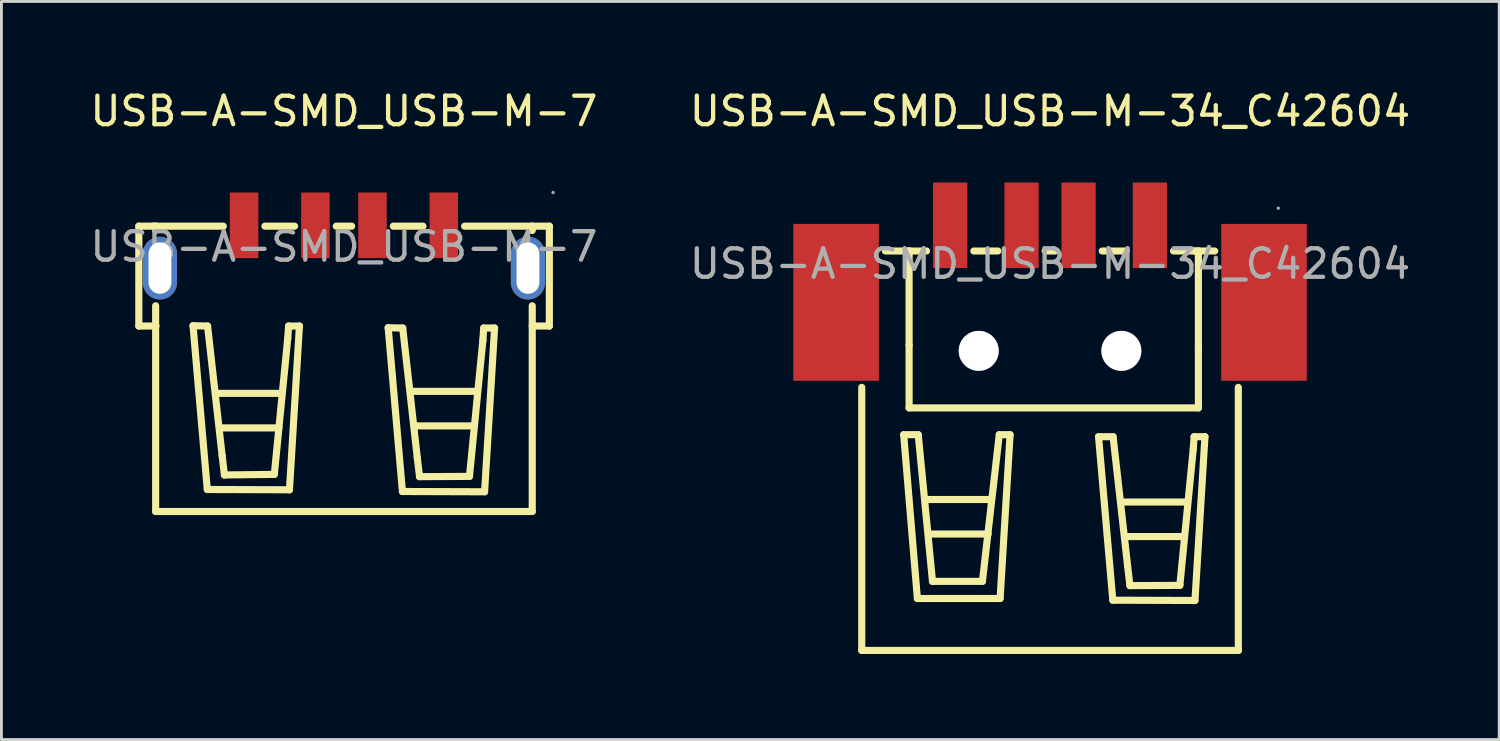
<source format=kicad_pcb>
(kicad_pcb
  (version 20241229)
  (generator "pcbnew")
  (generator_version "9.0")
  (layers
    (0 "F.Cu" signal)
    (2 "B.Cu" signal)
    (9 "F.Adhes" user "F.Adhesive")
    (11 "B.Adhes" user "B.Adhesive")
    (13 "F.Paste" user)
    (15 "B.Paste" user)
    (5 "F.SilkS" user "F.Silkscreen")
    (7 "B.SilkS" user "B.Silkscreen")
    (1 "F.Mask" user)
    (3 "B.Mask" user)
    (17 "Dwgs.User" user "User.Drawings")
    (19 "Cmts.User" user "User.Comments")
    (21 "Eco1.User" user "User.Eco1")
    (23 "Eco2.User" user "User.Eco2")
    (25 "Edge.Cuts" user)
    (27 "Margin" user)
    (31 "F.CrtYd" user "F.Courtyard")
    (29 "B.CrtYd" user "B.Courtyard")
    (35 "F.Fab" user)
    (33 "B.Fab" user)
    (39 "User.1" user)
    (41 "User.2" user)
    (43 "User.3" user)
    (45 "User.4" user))
  (footprint "USB-A-SMD_USB-M-7"
    (layer "F.Cu")
    (at 9.006 5.598)
    (property "Reference" "USB-A-SMD_USB-M-7" (at 0 -4.75 0) (layer "F.SilkS") (effects (font (size 1 1) (thickness 0.15))))
    (attr through_hole)
    (fp_line (start -7.19 2.78) (end -7.19 -0.72) (stroke (width 0.25) (type solid)) (layer "F.SilkS"))
    (fp_line (start -6.6 -0.57) (end -6.6 -0.72) (stroke (width 0.25) (type solid)) (layer "F.SilkS"))
    (fp_line (start -6.6 9.28) (end -6.6 2.07) (stroke (width 0.25) (type solid)) (layer "F.SilkS"))
    (fp_line (start -6.6 9.28) (end 6.6 9.28) (stroke (width 0.25) (type solid)) (layer "F.SilkS"))
    (fp_line (start -6.59 -0.72) (end -7.19 -0.72) (stroke (width 0.25) (type solid)) (layer "F.SilkS"))
    (fp_line (start -6.59 2.78) (end -7.19 2.78) (stroke (width 0.25) (type solid)) (layer "F.SilkS"))
    (fp_line (start -5.29 2.77) (end -4.78 2.78) (stroke (width 0.25) (type solid)) (layer "F.SilkS"))
    (fp_line (start -4.79 8.51) (end -5.29 2.77) (stroke (width 0.25) (type solid)) (layer "F.SilkS"))
    (fp_line (start -4.78 2.78) (end -4.27 7.32) (stroke (width 0.25) (type solid)) (layer "F.SilkS"))
    (fp_line (start -4.45 5.14) (end -2.19 5.14) (stroke (width 0.25) (type solid)) (layer "F.SilkS"))
    (fp_line (start -4.31 6.35) (end -2.28 6.35) (stroke (width 0.25) (type solid)) (layer "F.SilkS"))
    (fp_line (start -4.27 7.32) (end -4.19 8) (stroke (width 0.25) (type solid)) (layer "F.SilkS"))
    (fp_line (start -4.23 -0.72) (end -6.69 -0.72) (stroke (width 0.25) (type solid)) (layer "F.SilkS"))
    (fp_line (start -4.19 8) (end -2.44 7.98) (stroke (width 0.25) (type solid)) (layer "F.SilkS"))
    (fp_line (start -2.44 7.98) (end -1.97 3.21) (stroke (width 0.25) (type solid)) (layer "F.SilkS"))
    (fp_line (start -1.97 3.21) (end -1.94 2.78) (stroke (width 0.25) (type solid)) (layer "F.SilkS"))
    (fp_line (start -1.94 2.78) (end -1.56 2.78) (stroke (width 0.25) (type solid)) (layer "F.SilkS"))
    (fp_line (start -1.91 8.52) (end -4.79 8.51) (stroke (width 0.25) (type solid)) (layer "F.SilkS"))
    (fp_line (start -1.73 -0.72) (end -2.77 -0.72) (stroke (width 0.25) (type solid)) (layer "F.SilkS"))
    (fp_line (start -1.56 2.78) (end -1.91 8.52) (stroke (width 0.25) (type solid)) (layer "F.SilkS"))
    (fp_line (start 0.27 -0.72) (end -0.27 -0.72) (stroke (width 0.25) (type solid)) (layer "F.SilkS"))
    (fp_line (start 1.55 2.84) (end 2.06 2.85) (stroke (width 0.25) (type solid)) (layer "F.SilkS"))
    (fp_line (start 2.05 8.58) (end 1.55 2.84) (stroke (width 0.25) (type solid)) (layer "F.SilkS"))
    (fp_line (start 2.06 2.85) (end 2.57 7.39) (stroke (width 0.25) (type solid)) (layer "F.SilkS"))
    (fp_line (start 2.4 5.07) (end 4.66 5.07) (stroke (width 0.25) (type solid)) (layer "F.SilkS"))
    (fp_line (start 2.54 6.28) (end 4.57 6.28) (stroke (width 0.25) (type solid)) (layer "F.SilkS"))
    (fp_line (start 2.57 7.39) (end 2.65 8.06) (stroke (width 0.25) (type solid)) (layer "F.SilkS"))
    (fp_line (start 2.65 8.06) (end 4.4 8.05) (stroke (width 0.25) (type solid)) (layer "F.SilkS"))
    (fp_line (start 2.77 -0.72) (end 1.73 -0.72) (stroke (width 0.25) (type solid)) (layer "F.SilkS"))
    (fp_line (start 4.4 8.05) (end 4.87 3.28) (stroke (width 0.25) (type solid)) (layer "F.SilkS"))
    (fp_line (start 4.87 3.28) (end 4.9 2.85) (stroke (width 0.25) (type solid)) (layer "F.SilkS"))
    (fp_line (start 4.9 2.85) (end 5.28 2.85) (stroke (width 0.25) (type solid)) (layer "F.SilkS"))
    (fp_line (start 4.93 8.59) (end 2.05 8.58) (stroke (width 0.25) (type solid)) (layer "F.SilkS"))
    (fp_line (start 5.28 2.85) (end 4.93 8.59) (stroke (width 0.25) (type solid)) (layer "F.SilkS"))
    (fp_line (start 6.6 -0.72) (end 4.23 -0.72) (stroke (width 0.25) (type solid)) (layer "F.SilkS"))
    (fp_line (start 6.6 -0.72) (end 7.2 -0.72) (stroke (width 0.25) (type solid)) (layer "F.SilkS"))
    (fp_line (start 6.6 -0.57) (end 6.6 -0.72) (stroke (width 0.25) (type solid)) (layer "F.SilkS"))
    (fp_line (start 6.6 2.78) (end 7.2 2.78) (stroke (width 0.25) (type solid)) (layer "F.SilkS"))
    (fp_line (start 6.6 9.28) (end 6.6 2.07) (stroke (width 0.25) (type solid)) (layer "F.SilkS"))
    (fp_line (start 7.2 -0.72) (end 7.2 2.78) (stroke (width 0.25) (type solid)) (layer "F.SilkS"))
    (fp_circle (center 7.33 -1.9) (end 7.36 -1.9) (stroke (width 0.06) (type solid)) (fill no) (layer "F.Fab"))
    (fp_text user "${REFERENCE}" (at 0 0 0) (layer "F.Fab") (effects (font (size 1 1) (thickness 0.15))))
    (pad "1" smd rect (at 3.5 -0.75 180) (size 1 2.3) (layers "F.Cu" "F.Mask" "F.Paste"))
    (pad "2" smd rect (at 1 -0.75 180) (size 1 2.3) (layers "F.Cu" "F.Mask" "F.Paste"))
    (pad "3" smd rect (at -1 -0.75 180) (size 1 2.3) (layers "F.Cu" "F.Mask" "F.Paste"))
    (pad "4" smd rect (at -3.5 -0.75 180) (size 1 2.3) (layers "F.Cu" "F.Mask" "F.Paste"))
    (pad "5" thru_hole oval (at -6.45 0.75 270) (size 2.2 1.2) (drill oval 1.8 0.8) (layers "*.Cu" "*.Paste" "*.Mask"))
    (pad "6" thru_hole oval (at 6.45 0.75 90) (size 2.2 1.2) (drill oval 1.8 0.8) (layers "*.Cu" "*.Paste" "*.Mask")))
  (footprint "USB-A-SMD_USB-M-34_C42604"
    (layer "F.Cu")
    (at 33.756 6.198)
    (property "Reference" "USB-A-SMD_USB-M-34_C42604" (at 0 -5.35 0) (layer "F.SilkS") (effects (font (size 1 1) (thickness 0.15))))
    (attr through_hole)
    (fp_line (start -6.6 13.55) (end -6.6 4.33) (stroke (width 0.25) (type solid)) (layer "F.SilkS"))
    (fp_line (start -5.13 5.99) (end -4.62 5.99) (stroke (width 0.25) (type solid)) (layer "F.SilkS"))
    (fp_line (start -4.94 -0.45) (end -4.92 -0.45) (stroke (width 0.25) (type solid)) (layer "F.SilkS"))
    (fp_line (start -4.94 2.85) (end -4.94 -0.45) (stroke (width 0.25) (type solid)) (layer "F.SilkS"))
    (fp_line (start -4.94 2.85) (end -4.94 5.05) (stroke (width 0.25) (type solid)) (layer "F.SilkS"))
    (fp_line (start -4.94 5.05) (end 5.2 5.05) (stroke (width 0.25) (type solid)) (layer "F.SilkS"))
    (fp_line (start -4.65 11.73) (end -5.13 5.99) (stroke (width 0.25) (type solid)) (layer "F.SilkS"))
    (fp_line (start -4.62 5.99) (end -4.12 11.13) (stroke (width 0.25) (type solid)) (layer "F.SilkS"))
    (fp_line (start -4.34 8.26) (end -2.08 8.26) (stroke (width 0.25) (type solid)) (layer "F.SilkS"))
    (fp_line (start -4.33 -0.45) (end -5.77 -0.45) (stroke (width 0.25) (type solid)) (layer "F.SilkS"))
    (fp_line (start -4.2 9.47) (end -2.17 9.47) (stroke (width 0.25) (type solid)) (layer "F.SilkS"))
    (fp_line (start -4.12 11.13) (end -2.37 11.13) (stroke (width 0.25) (type solid)) (layer "F.SilkS"))
    (fp_line (start -2.37 11.13) (end -1.78 5.99) (stroke (width 0.25) (type solid)) (layer "F.SilkS"))
    (fp_line (start -1.83 -0.45) (end -2.67 -0.45) (stroke (width 0.25) (type solid)) (layer "F.SilkS"))
    (fp_line (start -1.78 5.99) (end -1.4 5.99) (stroke (width 0.25) (type solid)) (layer "F.SilkS"))
    (fp_line (start -1.75 11.73) (end -4.65 11.73) (stroke (width 0.25) (type solid)) (layer "F.SilkS"))
    (fp_line (start -1.4 5.99) (end -1.75 11.73) (stroke (width 0.25) (type solid)) (layer "F.SilkS"))
    (fp_line (start 0.17 -0.45) (end -0.17 -0.45) (stroke (width 0.25) (type solid)) (layer "F.SilkS"))
    (fp_line (start 1.7 6.06) (end 2.21 6.06) (stroke (width 0.25) (type solid)) (layer "F.SilkS"))
    (fp_line (start 2.2 11.79) (end 1.7 6.06) (stroke (width 0.25) (type solid)) (layer "F.SilkS"))
    (fp_line (start 2.21 6.06) (end 2.72 10.6) (stroke (width 0.25) (type solid)) (layer "F.SilkS"))
    (fp_line (start 2.54 8.35) (end 4.8 8.35) (stroke (width 0.25) (type solid)) (layer "F.SilkS"))
    (fp_line (start 2.67 -0.45) (end 1.83 -0.45) (stroke (width 0.25) (type solid)) (layer "F.SilkS"))
    (fp_line (start 2.68 9.56) (end 4.71 9.56) (stroke (width 0.25) (type solid)) (layer "F.SilkS"))
    (fp_line (start 2.72 10.6) (end 2.8 11.28) (stroke (width 0.25) (type solid)) (layer "F.SilkS"))
    (fp_line (start 2.8 11.28) (end 4.55 11.27) (stroke (width 0.25) (type solid)) (layer "F.SilkS"))
    (fp_line (start 4.55 11.27) (end 5.02 6.49) (stroke (width 0.25) (type solid)) (layer "F.SilkS"))
    (fp_line (start 5.02 6.49) (end 5.05 6.06) (stroke (width 0.25) (type solid)) (layer "F.SilkS"))
    (fp_line (start 5.05 6.06) (end 5.43 6.06) (stroke (width 0.25) (type solid)) (layer "F.SilkS"))
    (fp_line (start 5.08 11.8) (end 2.2 11.79) (stroke (width 0.25) (type solid)) (layer "F.SilkS"))
    (fp_line (start 5.2 -0.45) (end 5.07 -0.45) (stroke (width 0.25) (type solid)) (layer "F.SilkS"))
    (fp_line (start 5.2 2.85) (end 5.2 -0.45) (stroke (width 0.25) (type solid)) (layer "F.SilkS"))
    (fp_line (start 5.2 5.05) (end 5.2 2.85) (stroke (width 0.25) (type solid)) (layer "F.SilkS"))
    (fp_line (start 5.43 6.06) (end 5.08 11.8) (stroke (width 0.25) (type solid)) (layer "F.SilkS"))
    (fp_line (start 5.77 -0.45) (end 4.33 -0.45) (stroke (width 0.25) (type solid)) (layer "F.SilkS"))
    (fp_line (start 6.6 4.33) (end 6.6 13.54) (stroke (width 0.25) (type solid)) (layer "F.SilkS"))
    (fp_line (start 6.6 13.54) (end 6.6 13.55) (stroke (width 0.25) (type solid)) (layer "F.SilkS"))
    (fp_line (start 6.6 13.55) (end -6.6 13.55) (stroke (width 0.25) (type solid)) (layer "F.SilkS"))
    (fp_circle (center -2.5 3.05) (end -2.25 3.05) (stroke (width 0.5) (type solid)) (fill no) (layer "Cmts.User"))
    (fp_circle (center 2.5 3.05) (end 2.75 3.05) (stroke (width 0.5) (type solid)) (fill no) (layer "Cmts.User"))
    (fp_circle (center 8 -1.95) (end 8.03 -1.95) (stroke (width 0.06) (type solid)) (fill no) (layer "F.Fab"))
    (fp_text user "${REFERENCE}" (at 0 0 0) (layer "F.Fab") (effects (font (size 1 1) (thickness 0.15))))
    (pad "" thru_hole circle (at -2.5 3.05) (size 1.4 1.4) (drill 1.4) (layers "*.Cu" "*.Mask"))
    (pad "" thru_hole circle (at 2.5 3.05) (size 1.4 1.4) (drill 1.4) (layers "*.Cu" "*.Mask"))
    (pad "0" smd rect (at -7.5 1.35) (size 3 5.5) (layers "F.Cu" "F.Mask" "F.Paste"))
    (pad "0" smd rect (at 7.5 1.35) (size 3 5.5) (layers "F.Cu" "F.Mask" "F.Paste"))
    (pad "1" smd rect (at 3.5 -1.35) (size 1.2 3) (layers "F.Cu" "F.Mask" "F.Paste"))
    (pad "2" smd rect (at 1 -1.35) (size 1.2 3) (layers "F.Cu" "F.Mask" "F.Paste"))
    (pad "3" smd rect (at -1 -1.35) (size 1.2 3) (layers "F.Cu" "F.Mask" "F.Paste"))
    (pad "4" smd rect (at -3.5 -1.35) (size 1.2 3) (layers "F.Cu" "F.Mask" "F.Paste")))
  (gr_rect
    (start -3 -3)
    (end 49.5 22.873)
    (stroke (width 0.1) (type default))
    (fill no)
    (layer "Edge.Cuts")))
</source>
